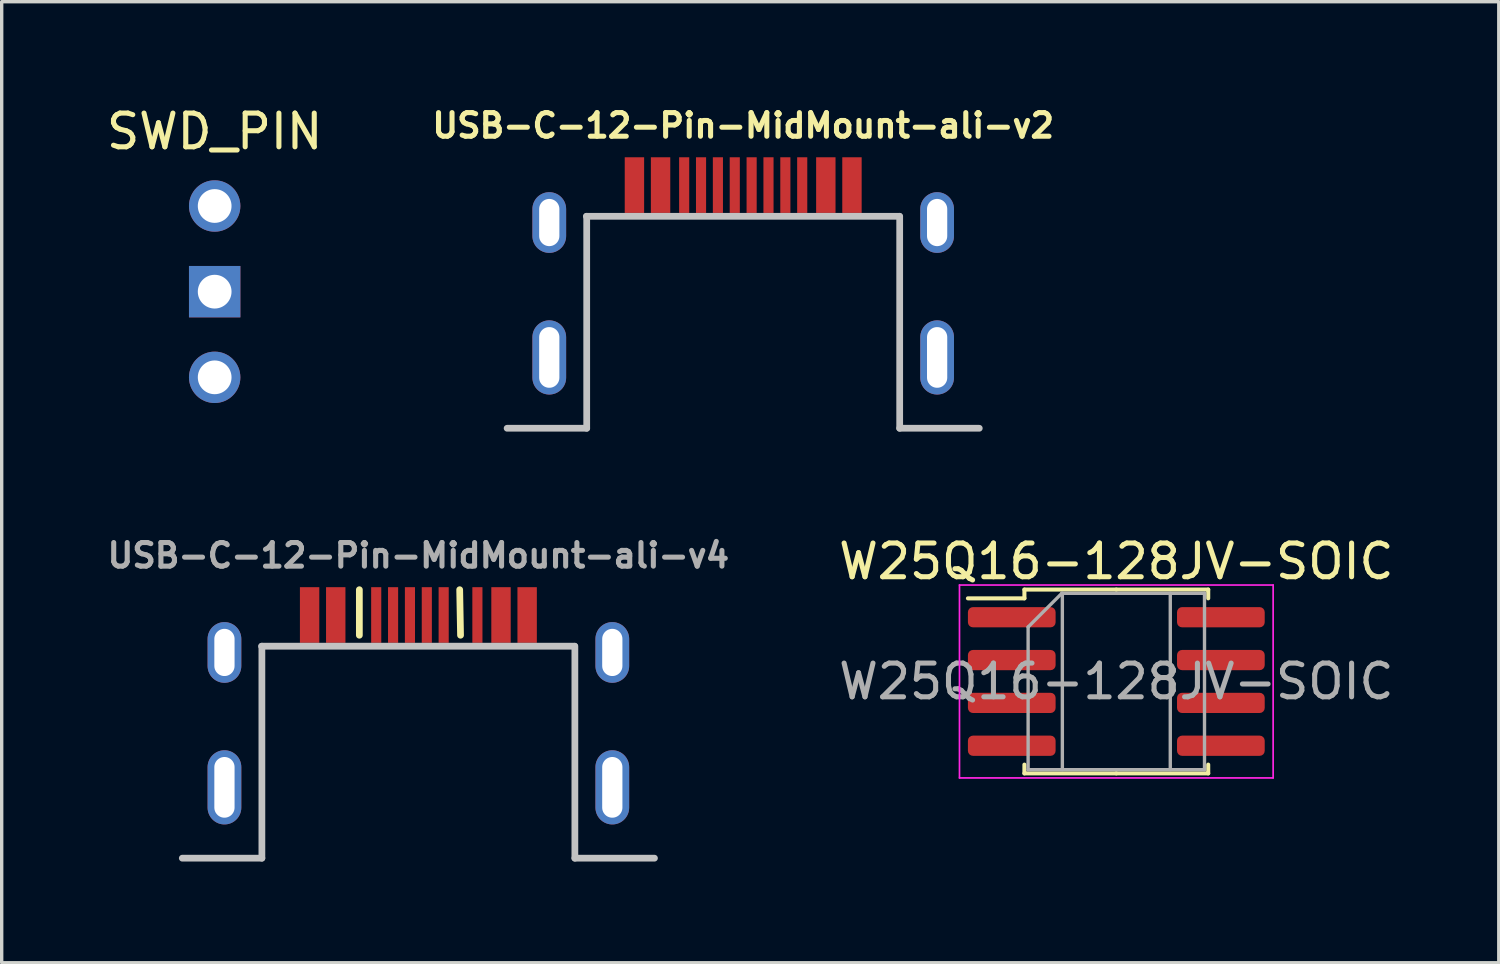
<source format=kicad_pcb>
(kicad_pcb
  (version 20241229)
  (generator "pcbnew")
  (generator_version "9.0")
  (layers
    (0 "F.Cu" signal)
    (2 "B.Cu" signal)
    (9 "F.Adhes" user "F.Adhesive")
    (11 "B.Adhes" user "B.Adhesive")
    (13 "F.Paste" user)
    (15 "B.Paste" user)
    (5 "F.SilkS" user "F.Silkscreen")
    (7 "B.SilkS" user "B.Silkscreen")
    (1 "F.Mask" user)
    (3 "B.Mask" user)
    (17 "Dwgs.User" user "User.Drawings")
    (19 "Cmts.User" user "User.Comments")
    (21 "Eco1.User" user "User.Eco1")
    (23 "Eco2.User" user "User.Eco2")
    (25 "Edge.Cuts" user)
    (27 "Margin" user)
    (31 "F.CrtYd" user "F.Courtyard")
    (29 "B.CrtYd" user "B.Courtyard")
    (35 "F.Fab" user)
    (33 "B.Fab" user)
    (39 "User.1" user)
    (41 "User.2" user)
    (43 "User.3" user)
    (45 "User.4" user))
  (footprint "USB-C-12-Pin-MidMount-ali-v4"
    (layer "F.Cu")
    (at 9.355 15.185)
    (property "Reference" "USB-C-12-Pin-MidMount-ali-v4" (at 0 -1.765 180) (layer "F.Fab") (effects (font (size 0.7 0.7) (thickness 0.15))))
    (attr through_hole)
    (fp_line (start -1.75 0.6) (end -1.75 -0.75) (stroke (width 0.2) (type solid)) (layer "F.SilkS"))
    (fp_line (start 1.25 0.6) (end 1.225 -0.75) (stroke (width 0.2) (type solid)) (layer "F.SilkS"))
    (fp_line (start -7 7.21) (end -4.64 7.21) (stroke (width 0.2) (type solid)) (layer "Dwgs.User"))
    (fp_line (start -4.64 0.925) (end -4.64 7.21) (stroke (width 0.2) (type solid)) (layer "Dwgs.User"))
    (fp_line (start 4.63 0.925) (end -4.65 0.925) (stroke (width 0.2) (type solid)) (layer "Dwgs.User"))
    (fp_line (start 4.64 0.925) (end 4.64 7.21) (stroke (width 0.2) (type solid)) (layer "Dwgs.User"))
    (fp_line (start 7 7.21) (end 4.64 7.21) (stroke (width 0.2) (type solid)) (layer "Dwgs.User"))
    (pad "" thru_hole oval (at -5.75 1.11 180) (size 1 1.8) (drill oval 0.6 1.4) (layers "*.Cu" "*.Mask"))
    (pad "" thru_hole oval (at -5.75 5.11 180) (size 1 2.2) (drill oval 0.6 1.8) (layers "*.Cu" "*.Mask"))
    (pad "" thru_hole oval (at 5.75 1.11 180) (size 1 1.8) (drill oval 0.6 1.4) (layers "*.Cu" "*.Mask"))
    (pad "" thru_hole oval (at 5.75 5.11 180) (size 1 2.2) (drill oval 0.6 1.8) (layers "*.Cu" "*.Mask"))
    (pad "1" smd rect (at -2.45 0 180) (size 0.575 1.65) (layers "F.Cu" "F.Mask" "F.Paste"))
    (pad "1" smd rect (at 2.45 0 180) (size 0.575 1.65) (layers "F.Cu" "F.Mask" "F.Paste"))
    (pad "2" smd rect (at -0.75 0 180) (size 0.3 1.65) (layers "F.Cu" "F.Mask" "F.Paste"))
    (pad "2" smd rect (at 0.25 0 180) (size 0.3 1.65) (layers "F.Cu" "F.Mask" "F.Paste"))
    (pad "3" smd rect (at -0.25 0 180) (size 0.3 1.65) (layers "F.Cu" "F.Mask" "F.Paste"))
    (pad "3" smd rect (at 0.75 0 180) (size 0.3 1.65) (layers "F.Cu" "F.Mask" "F.Paste"))
    (pad "4" smd rect (at -3.225 0 180) (size 0.575 1.65) (layers "F.Cu" "F.Mask" "F.Paste"))
    (pad "4" smd rect (at 3.225 0 180) (size 0.575 1.65) (layers "F.Cu" "F.Mask" "F.Paste"))
    (pad "5" smd rect (at -1.25 0 180) (size 0.3 1.65) (layers "F.Cu" "F.Mask" "F.Paste"))
    (pad "6" smd rect (at 1.75 0 180) (size 0.3 1.65) (layers "F.Cu" "F.Mask" "F.Paste")))
  (footprint "USB-C-12-Pin-MidMount-ali-v2"
    (layer "F.Cu")
    (at 18.986 2.438)
    (property "Reference" "USB-C-12-Pin-MidMount-ali-v2" (at 0 -1.765 180) (layer "F.SilkS") (effects (font (size 0.7 0.7) (thickness 0.15))))
    (attr through_hole)
    (fp_line (start -7 7.21) (end -4.64 7.21) (stroke (width 0.2) (type solid)) (layer "Dwgs.User"))
    (fp_line (start -4.64 0.925) (end -4.64 7.21) (stroke (width 0.2) (type solid)) (layer "Dwgs.User"))
    (fp_line (start 4.63 0.925) (end -4.65 0.925) (stroke (width 0.2) (type solid)) (layer "Dwgs.User"))
    (fp_line (start 4.64 0.925) (end 4.64 7.21) (stroke (width 0.2) (type solid)) (layer "Dwgs.User"))
    (fp_line (start 7 7.21) (end 4.64 7.21) (stroke (width 0.2) (type solid)) (layer "Dwgs.User"))
    (pad "" thru_hole oval (at -5.75 1.11 180) (size 1 1.8) (drill oval 0.6 1.4) (layers "*.Cu" "*.Mask"))
    (pad "" thru_hole oval (at -5.75 5.11 180) (size 1 2.2) (drill oval 0.6 1.8) (layers "*.Cu" "*.Mask"))
    (pad "" thru_hole oval (at 5.75 1.11 180) (size 1 1.8) (drill oval 0.6 1.4) (layers "*.Cu" "*.Mask"))
    (pad "" thru_hole oval (at 5.75 5.11 180) (size 1 2.2) (drill oval 0.6 1.8) (layers "*.Cu" "*.Mask"))
    (pad "1" smd rect (at -3.225 0 180) (size 0.575 1.65) (layers "F.Cu" "F.Mask" "F.Paste"))
    (pad "2" smd rect (at -2.45 0 180) (size 0.575 1.65) (layers "F.Cu" "F.Mask" "F.Paste"))
    (pad "3" smd rect (at -1.75 0 180) (size 0.3 1.65) (layers "F.Cu" "F.Mask" "F.Paste"))
    (pad "4" smd rect (at -1.25 0 180) (size 0.3 1.65) (layers "F.Cu" "F.Mask" "F.Paste"))
    (pad "5" smd rect (at -0.75 0 180) (size 0.3 1.65) (layers "F.Cu" "F.Mask" "F.Paste"))
    (pad "6" smd rect (at -0.25 0 180) (size 0.3 1.65) (layers "F.Cu" "F.Mask" "F.Paste"))
    (pad "7" smd rect (at 0.25 0 180) (size 0.3 1.65) (layers "F.Cu" "F.Mask" "F.Paste"))
    (pad "8" smd rect (at 0.75 0 180) (size 0.3 1.65) (layers "F.Cu" "F.Mask" "F.Paste"))
    (pad "9" smd rect (at 1.25 0 180) (size 0.3 1.65) (layers "F.Cu" "F.Mask" "F.Paste"))
    (pad "10" smd rect (at 1.75 0 180) (size 0.3 1.65) (layers "F.Cu" "F.Mask" "F.Paste"))
    (pad "11" smd rect (at 2.45 0 180) (size 0.575 1.65) (layers "F.Cu" "F.Mask" "F.Paste"))
    (pad "12" smd rect (at 3.225 0 180) (size 0.575 1.65) (layers "F.Cu" "F.Mask" "F.Paste")))
  (footprint "SWD_PIN"
    (layer "F.Cu")
    (at 3.315 5.598)
    (property "Reference" "SWD_PIN" (at 0 -4.75 0) (layer "F.SilkS") (effects (font (size 1 1) (thickness 0.15))))
    (attr through_hole)
    (pad "1" thru_hole circle (at 0 -2.54) (size 1.524 1.524) (drill 1) (layers "*.Cu" "*.Mask"))
    (pad "2" thru_hole rect (at 0 0) (size 1.524 1.524) (drill 1) (layers "*.Cu" "*.Mask"))
    (pad "3" thru_hole circle (at 0 2.54) (size 1.524 1.524) (drill 1) (layers "*.Cu" "*.Mask")))
  (footprint "W25Q16-128JV-SOIC"
    (layer "F.Cu")
    (at 30.049 17.156)
    (property "Reference" "W25Q16-128JV-SOIC" (at 0 -3.56 0) (layer "F.SilkS") (effects (font (size 1 1) (thickness 0.15))))
    (attr smd)
    (fp_line (start -2.725 -2.725) (end -2.725 -2.465) (stroke (width 0.12) (type solid)) (layer "F.SilkS"))
    (fp_line (start -2.725 -2.465) (end -4.4 -2.465) (stroke (width 0.12) (type solid)) (layer "F.SilkS"))
    (fp_line (start -2.725 2.725) (end -2.725 2.465) (stroke (width 0.12) (type solid)) (layer "F.SilkS"))
    (fp_line (start 0 -2.725) (end -2.725 -2.725) (stroke (width 0.12) (type solid)) (layer "F.SilkS"))
    (fp_line (start 0 -2.725) (end 2.725 -2.725) (stroke (width 0.12) (type solid)) (layer "F.SilkS"))
    (fp_line (start 0 2.725) (end -2.725 2.725) (stroke (width 0.12) (type solid)) (layer "F.SilkS"))
    (fp_line (start 0 2.725) (end 2.725 2.725) (stroke (width 0.12) (type solid)) (layer "F.SilkS"))
    (fp_line (start 2.725 -2.725) (end 2.725 -2.465) (stroke (width 0.12) (type solid)) (layer "F.SilkS"))
    (fp_line (start 2.725 2.725) (end 2.725 2.465) (stroke (width 0.12) (type solid)) (layer "F.SilkS"))
    (fp_line (start -4.65 -2.86) (end -4.65 2.86) (stroke (width 0.05) (type solid)) (layer "F.CrtYd"))
    (fp_line (start -4.65 2.86) (end 4.65 2.86) (stroke (width 0.05) (type solid)) (layer "F.CrtYd"))
    (fp_line (start 4.65 -2.86) (end -4.65 -2.86) (stroke (width 0.05) (type solid)) (layer "F.CrtYd"))
    (fp_line (start 4.65 2.86) (end 4.65 -2.86) (stroke (width 0.05) (type solid)) (layer "F.CrtYd"))
    (fp_line (start -2.615 -1.615) (end -1.615 -2.615) (stroke (width 0.1) (type solid)) (layer "F.Fab"))
    (fp_line (start -2.615 2.615) (end -2.615 -1.615) (stroke (width 0.1) (type solid)) (layer "F.Fab"))
    (fp_line (start -1.615 -2.615) (end 2.615 -2.615) (stroke (width 0.1) (type solid)) (layer "F.Fab"))
    (fp_line (start -1.6 2.615) (end -1.6 -2.615) (stroke (width 0.1) (type solid)) (layer "F.Fab"))
    (fp_line (start 1.6 2.615) (end 1.6 -2.615) (stroke (width 0.1) (type solid)) (layer "F.Fab"))
    (fp_line (start 2.615 -2.615) (end 2.615 2.615) (stroke (width 0.1) (type solid)) (layer "F.Fab"))
    (fp_line (start 2.615 2.615) (end -2.615 2.615) (stroke (width 0.1) (type solid)) (layer "F.Fab"))
    (fp_text user "${REFERENCE}" (at 0 0 0) (layer "F.Fab") (effects (font (size 1 1) (thickness 0.15))))
    (pad "1" smd roundrect (at -3.1 -1.905) (size 2.6 0.6) (layers "F.Cu" "F.Mask" "F.Paste") (roundrect_rratio 0.25))
    (pad "2" smd roundrect (at -3.1 -0.635) (size 2.6 0.6) (layers "F.Cu" "F.Mask" "F.Paste") (roundrect_rratio 0.25))
    (pad "3" smd roundrect (at -3.1 0.635) (size 2.6 0.6) (layers "F.Cu" "F.Mask" "F.Paste") (roundrect_rratio 0.25))
    (pad "4" smd roundrect (at -3.1 1.905) (size 2.6 0.6) (layers "F.Cu" "F.Mask" "F.Paste") (roundrect_rratio 0.25))
    (pad "5" smd roundrect (at 3.1 1.905) (size 2.6 0.6) (layers "F.Cu" "F.Mask" "F.Paste") (roundrect_rratio 0.25))
    (pad "6" smd roundrect (at 3.1 0.635) (size 2.6 0.6) (layers "F.Cu" "F.Mask" "F.Paste") (roundrect_rratio 0.25))
    (pad "7" smd roundrect (at 3.1 -0.635) (size 2.6 0.6) (layers "F.Cu" "F.Mask" "F.Paste") (roundrect_rratio 0.25))
    (pad "8" smd roundrect (at 3.1 -1.905) (size 2.6 0.6) (layers "F.Cu" "F.Mask" "F.Paste") (roundrect_rratio 0.25)))
  (gr_rect
    (start -3 -3)
    (end 41.389 25.495)
    (stroke (width 0.1) (type default))
    (fill no)
    (layer "Edge.Cuts")))
</source>
